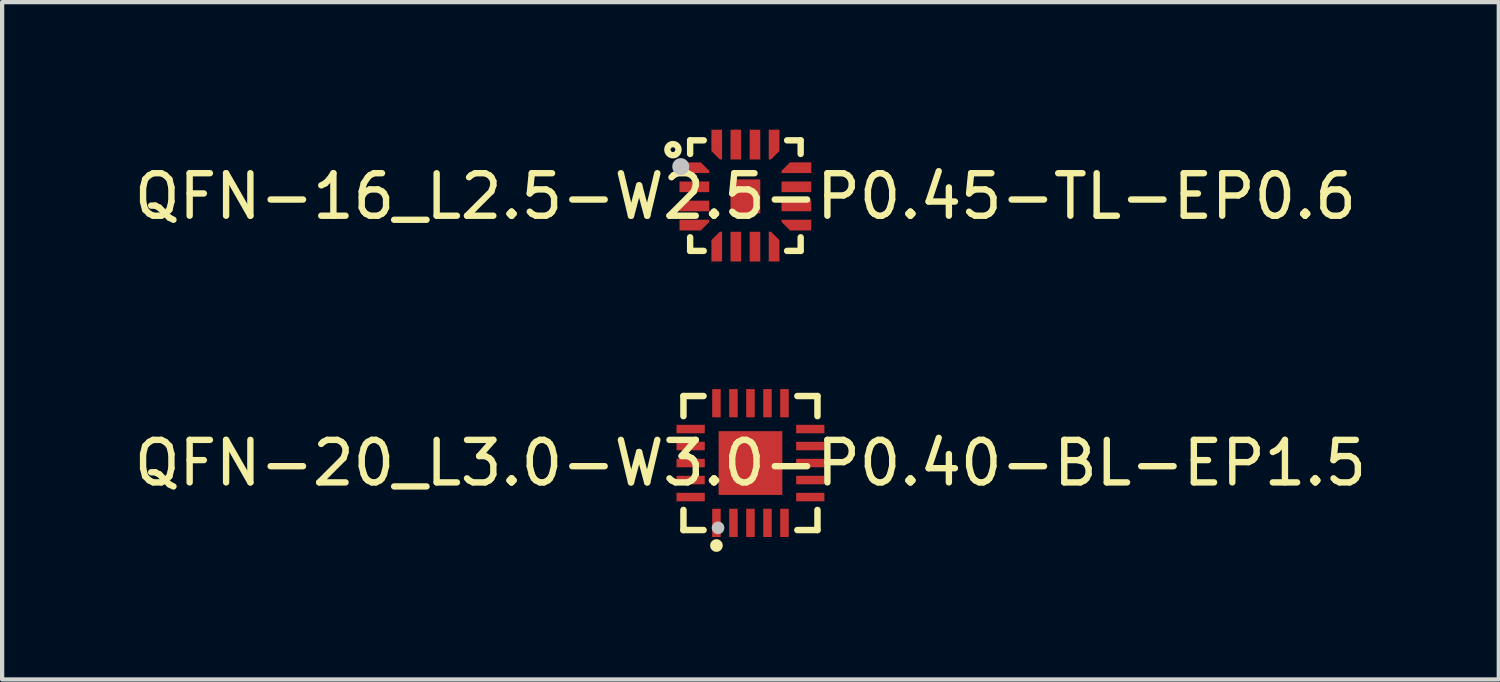
<source format=kicad_pcb>
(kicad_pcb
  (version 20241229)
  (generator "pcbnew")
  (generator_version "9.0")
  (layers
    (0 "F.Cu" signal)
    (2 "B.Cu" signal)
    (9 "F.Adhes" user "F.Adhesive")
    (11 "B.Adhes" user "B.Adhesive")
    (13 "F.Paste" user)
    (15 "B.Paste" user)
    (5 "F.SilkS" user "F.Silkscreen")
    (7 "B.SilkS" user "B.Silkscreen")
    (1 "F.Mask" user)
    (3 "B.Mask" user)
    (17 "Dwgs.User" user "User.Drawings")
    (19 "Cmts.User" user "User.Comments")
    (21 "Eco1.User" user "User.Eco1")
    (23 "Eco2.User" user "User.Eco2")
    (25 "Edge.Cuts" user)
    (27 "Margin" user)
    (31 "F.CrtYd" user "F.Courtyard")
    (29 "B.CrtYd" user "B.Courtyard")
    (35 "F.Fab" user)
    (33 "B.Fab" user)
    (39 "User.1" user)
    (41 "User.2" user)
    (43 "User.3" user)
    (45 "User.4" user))
  (footprint "QFN-20_L3.0-W3.0-P0.40-BL-EP1.5"
    (layer "F.Cu")
    (at 14.601 7.841)
    (property "Reference" "QFN-20_L3.0-W3.0-P0.40-BL-EP1.5" (at 0 0 0) (layer "F.SilkS") (effects (font (size 1 1) (thickness 0.15))))
    (fp_line (start -1.576 -1.576) (end -1.103 -1.576) (stroke (width 0.152) (type default)) (layer "F.SilkS"))
    (fp_line (start -1.576 -1.103) (end -1.576 -1.576) (stroke (width 0.152) (type default)) (layer "F.SilkS"))
    (fp_line (start -1.576 1.103) (end -1.576 1.576) (stroke (width 0.152) (type default)) (layer "F.SilkS"))
    (fp_line (start -1.576 1.576) (end -1.103 1.576) (stroke (width 0.152) (type default)) (layer "F.SilkS"))
    (fp_line (start 1.576 -1.576) (end 1.103 -1.576) (stroke (width 0.152) (type default)) (layer "F.SilkS"))
    (fp_line (start 1.576 -1.103) (end 1.576 -1.576) (stroke (width 0.152) (type default)) (layer "F.SilkS"))
    (fp_line (start 1.576 1.103) (end 1.576 1.576) (stroke (width 0.152) (type default)) (layer "F.SilkS"))
    (fp_line (start 1.576 1.576) (end 1.103 1.576) (stroke (width 0.152) (type default)) (layer "F.SilkS"))
    (fp_circle (center -0.8 1.94) (end -0.725 1.94) (stroke (width 0.15) (type default)) (fill no) (layer "F.SilkS"))
    (fp_circle (center -0.762 1.524) (end -0.687 1.524) (stroke (width 0.15) (type default)) (fill no) (layer "Dwgs.User"))
    (fp_poly (pts (xy -1.1 -0.7) (xy -1.1 -0.9) (xy -1.5 -0.9) (xy -1.5 -0.7)) (stroke (width 0.1) (type default)) (fill no) (layer "User.1"))
    (fp_poly (pts (xy -1.1 -0.3) (xy -1.1 -0.5) (xy -1.5 -0.5) (xy -1.5 -0.3)) (stroke (width 0.1) (type default)) (fill no) (layer "User.1"))
    (fp_poly (pts (xy -1.1 0.1) (xy -1.1 -0.1) (xy -1.5 -0.1) (xy -1.5 0.1)) (stroke (width 0.1) (type default)) (fill no) (layer "User.1"))
    (fp_poly (pts (xy -1.1 0.5) (xy -1.1 0.3) (xy -1.5 0.3) (xy -1.5 0.5)) (stroke (width 0.1) (type default)) (fill no) (layer "User.1"))
    (fp_poly (pts (xy -1.1 0.9) (xy -1.1 0.7) (xy -1.5 0.7) (xy -1.5 0.9)) (stroke (width 0.1) (type default)) (fill no) (layer "User.1"))
    (fp_poly (pts (xy -0.9 -1.5) (xy -0.9 -1.1) (xy -0.7 -1.1) (xy -0.7 -1.5)) (stroke (width 0.1) (type default)) (fill no) (layer "User.1"))
    (fp_poly (pts (xy -0.9 1.5) (xy -0.9 1.1) (xy -0.7 1.1) (xy -0.7 1.5)) (stroke (width 0.1) (type default)) (fill no) (layer "User.1"))
    (fp_poly (pts (xy -0.5 -1.5) (xy -0.5 -1.1) (xy -0.3 -1.1) (xy -0.3 -1.5)) (stroke (width 0.1) (type default)) (fill no) (layer "User.1"))
    (fp_poly (pts (xy -0.5 1.5) (xy -0.5 1.1) (xy -0.3 1.1) (xy -0.3 1.5)) (stroke (width 0.1) (type default)) (fill no) (layer "User.1"))
    (fp_poly (pts (xy -0.1 -1.5) (xy -0.1 -1.1) (xy 0.1 -1.1) (xy 0.1 -1.5)) (stroke (width 0.1) (type default)) (fill no) (layer "User.1"))
    (fp_poly (pts (xy -0.1 1.5) (xy -0.1 1.1) (xy 0.1 1.1) (xy 0.1 1.5)) (stroke (width 0.1) (type default)) (fill no) (layer "User.1"))
    (fp_poly (pts (xy 0.3 -1.5) (xy 0.3 -1.1) (xy 0.5 -1.1) (xy 0.5 -1.5)) (stroke (width 0.1) (type default)) (fill no) (layer "User.1"))
    (fp_poly (pts (xy 0.3 1.5) (xy 0.3 1.1) (xy 0.5 1.1) (xy 0.5 1.5)) (stroke (width 0.1) (type default)) (fill no) (layer "User.1"))
    (fp_poly (pts (xy 0.7 -1.5) (xy 0.7 -1.1) (xy 0.9 -1.1) (xy 0.9 -1.5)) (stroke (width 0.1) (type default)) (fill no) (layer "User.1"))
    (fp_poly (pts (xy 0.7 1.5) (xy 0.7 1.1) (xy 0.9 1.1) (xy 0.9 1.5)) (stroke (width 0.1) (type default)) (fill no) (layer "User.1"))
    (fp_poly (pts (xy 1.1 -0.7) (xy 1.1 -0.9) (xy 1.5 -0.9) (xy 1.5 -0.7)) (stroke (width 0.1) (type default)) (fill no) (layer "User.1"))
    (fp_poly (pts (xy 1.1 -0.3) (xy 1.1 -0.5) (xy 1.5 -0.5) (xy 1.5 -0.3)) (stroke (width 0.1) (type default)) (fill no) (layer "User.1"))
    (fp_poly (pts (xy 1.1 0.1) (xy 1.1 -0.1) (xy 1.5 -0.1) (xy 1.5 0.1)) (stroke (width 0.1) (type default)) (fill no) (layer "User.1"))
    (fp_poly (pts (xy 1.1 0.5) (xy 1.1 0.3) (xy 1.5 0.3) (xy 1.5 0.5)) (stroke (width 0.1) (type default)) (fill no) (layer "User.1"))
    (fp_poly (pts (xy 1.1 0.9) (xy 1.1 0.7) (xy 1.5 0.7) (xy 1.5 0.9)) (stroke (width 0.1) (type default)) (fill no) (layer "User.1"))
    (fp_poly (pts (xy -0.75 0.6) (xy -0.75 -0.75) (xy 0.75 -0.75) (xy 0.75 0.75) (xy -0.6 0.75)) (stroke (width 0.1) (type default)) (fill no) (layer "User.1"))
    (fp_line (start -1.5 -1.5) (end 1.5 -1.5) (stroke (width 0.051) (type default)) (layer "User.2"))
    (fp_line (start -1.5 1.5) (end -1.5 -1.5) (stroke (width 0.051) (type default)) (layer "User.2"))
    (fp_line (start 1.5 -1.5) (end 1.5 1.5) (stroke (width 0.051) (type default)) (layer "User.2"))
    (fp_line (start 1.5 1.5) (end -1.5 1.5) (stroke (width 0.051) (type default)) (layer "User.2"))
    (fp_poly (pts (xy -1.44 1.5) (xy -1.458 1.458) (xy -1.5 1.44) (xy -1.542 1.458) (xy -1.56 1.5) (xy -1.542 1.542) (xy -1.5 1.56) (xy -1.458 1.542)) (stroke (width 0.1) (type default)) (fill no) (layer "User.3"))
    (pad "1" smd rect (at -0.8 1.407) (size 0.2 0.665) (layers "F.Cu" "F.Mask" "F.Paste"))
    (pad "2" smd rect (at -0.4 1.407) (size 0.2 0.665) (layers "F.Cu" "F.Mask" "F.Paste"))
    (pad "3" smd rect (at 0 1.407) (size 0.2 0.665) (layers "F.Cu" "F.Mask" "F.Paste"))
    (pad "4" smd rect (at 0.4 1.407) (size 0.2 0.665) (layers "F.Cu" "F.Mask" "F.Paste"))
    (pad "5" smd rect (at 0.8 1.407) (size 0.2 0.665) (layers "F.Cu" "F.Mask" "F.Paste"))
    (pad "6" smd rect (at 1.407 0.8) (size 0.665 0.2) (layers "F.Cu" "F.Mask" "F.Paste"))
    (pad "7" smd rect (at 1.407 0.4) (size 0.665 0.2) (layers "F.Cu" "F.Mask" "F.Paste"))
    (pad "8" smd rect (at 1.407 0) (size 0.665 0.2) (layers "F.Cu" "F.Mask" "F.Paste"))
    (pad "9" smd rect (at 1.407 -0.4) (size 0.665 0.2) (layers "F.Cu" "F.Mask" "F.Paste"))
    (pad "10" smd rect (at 1.407 -0.8) (size 0.665 0.2) (layers "F.Cu" "F.Mask" "F.Paste"))
    (pad "11" smd rect (at 0.8 -1.407) (size 0.2 0.665) (layers "F.Cu" "F.Mask" "F.Paste"))
    (pad "12" smd rect (at 0.4 -1.407) (size 0.2 0.665) (layers "F.Cu" "F.Mask" "F.Paste"))
    (pad "13" smd rect (at 0 -1.407) (size 0.2 0.665) (layers "F.Cu" "F.Mask" "F.Paste"))
    (pad "14" smd rect (at -0.4 -1.407) (size 0.2 0.665) (layers "F.Cu" "F.Mask" "F.Paste"))
    (pad "15" smd rect (at -0.8 -1.407) (size 0.2 0.665) (layers "F.Cu" "F.Mask" "F.Paste"))
    (pad "16" smd rect (at -1.407 -0.8) (size 0.665 0.2) (layers "F.Cu" "F.Mask" "F.Paste"))
    (pad "17" smd rect (at -1.407 -0.4) (size 0.665 0.2) (layers "F.Cu" "F.Mask" "F.Paste"))
    (pad "18" smd rect (at -1.407 0) (size 0.665 0.2) (layers "F.Cu" "F.Mask" "F.Paste"))
    (pad "19" smd rect (at -1.407 0.4) (size 0.665 0.2) (layers "F.Cu" "F.Mask" "F.Paste"))
    (pad "20" smd rect (at -1.407 0.8) (size 0.665 0.2) (layers "F.Cu" "F.Mask" "F.Paste"))
    (pad "21" smd rect (at 0 0) (size 1.5 1.5) (layers "F.Cu" "F.Mask" "F.Paste")))
  (footprint "QFN-16_L2.5-W2.5-P0.45-TL-EP0.6"
    (layer "F.Cu")
    (at 14.482 1.569)
    (property "Reference" "QFN-16_L2.5-W2.5-P0.45-TL-EP0.6" (at 0 0 0) (layer "F.SilkS") (effects (font (size 1 1) (thickness 0.15))))
    (fp_line (start -1.3 -1.318) (end -0.979 -1.318) (stroke (width 0.15) (type default)) (layer "F.SilkS"))
    (fp_line (start -1.3 -0.998) (end -1.3 -1.318) (stroke (width 0.15) (type default)) (layer "F.SilkS"))
    (fp_line (start -1.3 1.282) (end -1.3 0.962) (stroke (width 0.15) (type default)) (layer "F.SilkS"))
    (fp_line (start -0.98 1.282) (end -1.3 1.282) (stroke (width 0.15) (type default)) (layer "F.SilkS"))
    (fp_line (start 0.981 -1.318) (end 1.3 -1.318) (stroke (width 0.15) (type default)) (layer "F.SilkS"))
    (fp_line (start 1.3 -1.318) (end 1.3 -0.998) (stroke (width 0.15) (type default)) (layer "F.SilkS"))
    (fp_line (start 1.3 0.962) (end 1.3 1.282) (stroke (width 0.15) (type default)) (layer "F.SilkS"))
    (fp_line (start 1.3 1.282) (end 0.98 1.282) (stroke (width 0.15) (type default)) (layer "F.SilkS"))
    (fp_circle (center -1.704 -1.099) (end -1.573 -1.099) (stroke (width 0.15) (type default)) (fill no) (layer "F.SilkS"))
    (fp_circle (center -1.52 -0.7) (end -1.42 -0.7) (stroke (width 0.2) (type default)) (fill no) (layer "Dwgs.User"))
    (fp_poly (pts (xy -0.85 -0.34) (xy -0.85 -0.11) (xy -1.25 -0.11) (xy -1.25 -0.34)) (stroke (width 0.1) (type default)) (fill no) (layer "User.1"))
    (fp_poly (pts (xy -0.85 0.11) (xy -0.85 0.34) (xy -1.25 0.34) (xy -1.25 0.11)) (stroke (width 0.1) (type default)) (fill no) (layer "User.1"))
    (fp_poly (pts (xy -0.35 0.4) (xy -0.35 -0.4) (xy 0.35 -0.4) (xy 0.35 0.4)) (stroke (width 0.1) (type default)) (fill no) (layer "User.1"))
    (fp_poly (pts (xy -0.34 -1.268) (xy -0.11 -1.268) (xy -0.11 -0.868) (xy -0.34 -0.868)) (stroke (width 0.1) (type default)) (fill no) (layer "User.1"))
    (fp_poly (pts (xy -0.11 1.232) (xy -0.34 1.232) (xy -0.34 0.832) (xy -0.11 0.832)) (stroke (width 0.1) (type default)) (fill no) (layer "User.1"))
    (fp_poly (pts (xy 0.11 -1.268) (xy 0.34 -1.268) (xy 0.34 -0.868) (xy 0.11 -0.868)) (stroke (width 0.1) (type default)) (fill no) (layer "User.1"))
    (fp_poly (pts (xy 0.34 1.232) (xy 0.11 1.232) (xy 0.11 0.832) (xy 0.34 0.832)) (stroke (width 0.1) (type default)) (fill no) (layer "User.1"))
    (fp_poly (pts (xy 0.85 -0.11) (xy 0.85 -0.34) (xy 1.25 -0.34) (xy 1.25 -0.11)) (stroke (width 0.1) (type default)) (fill no) (layer "User.1"))
    (fp_poly (pts (xy 0.85 0.34) (xy 0.85 0.11) (xy 1.25 0.11) (xy 1.25 0.34)) (stroke (width 0.1) (type default)) (fill no) (layer "User.1"))
    (fp_poly (pts (xy -1.25 -0.789) (xy -1.038 -0.789) (xy -0.85 -0.603) (xy -0.85 -0.557) (xy -1.25 -0.557) (xy -1.25 -0.611)) (stroke (width 0.1) (type default)) (fill no) (layer "User.1"))
    (fp_poly (pts (xy -1.25 0.792) (xy -1.037 0.792) (xy -0.85 0.606) (xy -0.85 0.56) (xy -1.249 0.56) (xy -1.249 0.614)) (stroke (width 0.1) (type default)) (fill no) (layer "User.1"))
    (fp_poly (pts (xy -0.791 -1.268) (xy -0.791 -1.056) (xy -0.605 -0.869) (xy -0.559 -0.869) (xy -0.56 -1.268) (xy -0.613 -1.268)) (stroke (width 0.1) (type default)) (fill no) (layer "User.1"))
    (fp_poly (pts (xy -0.789 1.232) (xy -0.789 1.019) (xy -0.603 0.832) (xy -0.557 0.832) (xy -0.557 1.231) (xy -0.611 1.231)) (stroke (width 0.1) (type default)) (fill no) (layer "User.1"))
    (fp_poly (pts (xy 0.79 -1.268) (xy 0.79 -1.056) (xy 0.604 -0.868) (xy 0.558 -0.868) (xy 0.558 -1.268) (xy 0.612 -1.268)) (stroke (width 0.1) (type default)) (fill no) (layer "User.1"))
    (fp_poly (pts (xy 0.793 1.232) (xy 0.793 1.019) (xy 0.606 0.832) (xy 0.56 0.832) (xy 0.561 1.231) (xy 0.614 1.231)) (stroke (width 0.1) (type default)) (fill no) (layer "User.1"))
    (fp_poly (pts (xy 1.25 -0.793) (xy 1.037 -0.793) (xy 0.85 -0.606) (xy 0.85 -0.56) (xy 1.25 -0.561) (xy 1.25 -0.615)) (stroke (width 0.1) (type default)) (fill no) (layer "User.1"))
    (fp_poly (pts (xy 1.25 0.789) (xy 1.037 0.789) (xy 0.85 0.603) (xy 0.85 0.557) (xy 1.25 0.557) (xy 1.25 0.611)) (stroke (width 0.1) (type default)) (fill no) (layer "User.1"))
    (fp_line (start -1.25 -1.268) (end 1.25 -1.268) (stroke (width 0.051) (type default)) (layer "User.2"))
    (fp_line (start -1.25 1.232) (end -1.25 -1.268) (stroke (width 0.051) (type default)) (layer "User.2"))
    (fp_line (start 1.25 -1.268) (end 1.25 1.232) (stroke (width 0.051) (type default)) (layer "User.2"))
    (fp_line (start 1.25 1.232) (end -1.25 1.232) (stroke (width 0.051) (type default)) (layer "User.2"))
    (fp_poly (pts (xy -1.19 -1.268) (xy -1.208 -1.31) (xy -1.25 -1.328) (xy -1.292 -1.31) (xy -1.31 -1.268) (xy -1.292 -1.226) (xy -1.25 -1.208) (xy -1.208 -1.226)) (stroke (width 0.1) (type default)) (fill no) (layer "User.3"))
    (pad "1" smd custom (at -1.2 -0.674) (size 0.000001 0.000001) (layers "F.Cu" "F.Mask" "F.Paste") (options (anchor circle)) (primitives (gr_poly (pts (xy 0.35 0.072) (xy 0.151 -0.126) (xy -0.35 -0.126) (xy -0.35 0.125) (xy -0.35 0.126) (xy 0.35 0.126)) (width 0) (fill yes))))
    (pad "2" smd rect (at -1.2 -0.225 90) (size 0.25 0.7) (layers "F.Cu" "F.Mask" "F.Paste"))
    (pad "3" smd rect (at -1.2 0.225 90) (size 0.25 0.7) (layers "F.Cu" "F.Mask" "F.Paste"))
    (pad "4" smd custom (at -1.2 0.675) (size 0.000001 0.000001) (layers "F.Cu" "F.Mask" "F.Paste") (options (anchor circle)) (primitives (gr_poly (pts (xy -0.35 0.126) (xy 0.152 0.126) (xy 0.35 -0.073) (xy 0.35 -0.126) (xy -0.349 -0.126) (xy -0.349 -0.126)) (width 0) (fill yes))))
    (pad "5" smd custom (at -0.674 1.218) (size 0.000001 0.000001) (layers "F.Cu" "F.Mask" "F.Paste") (options (anchor circle)) (primitives (gr_poly (pts (xy -0.126 0.314) (xy -0.126 -0.189) (xy 0.072 -0.387) (xy 0.126 -0.387) (xy 0.126 0.313) (xy 0.125 0.313)) (width 0) (fill yes))))
    (pad "6" smd rect (at -0.225 1.182 180) (size 0.25 0.7) (layers "F.Cu" "F.Mask" "F.Paste"))
    (pad "7" smd rect (at 0.225 1.182 180) (size 0.25 0.7) (layers "F.Cu" "F.Mask" "F.Paste"))
    (pad "8" smd custom (at 0.675 1.218) (size 0.000001 0.000001) (layers "F.Cu" "F.Mask" "F.Paste") (options (anchor circle)) (primitives (gr_poly (pts (xy 0.126 0.314) (xy 0.126 -0.189) (xy -0.072 -0.387) (xy -0.126 -0.387) (xy -0.126 0.313) (xy -0.125 0.313)) (width 0) (fill yes))))
    (pad "9" smd custom (at 1.2 0.675) (size 0.000001 0.000001) (layers "F.Cu" "F.Mask" "F.Paste") (options (anchor circle)) (primitives (gr_poly (pts (xy 0.35 0.126) (xy -0.151 0.126) (xy -0.35 -0.073) (xy -0.35 -0.126) (xy 0.35 -0.126) (xy 0.35 -0.126)) (width 0) (fill yes))))
    (pad "10" smd rect (at 1.2 0.225 270) (size 0.25 0.7) (layers "F.Cu" "F.Mask" "F.Paste"))
    (pad "11" smd rect (at 1.2 -0.225 270) (size 0.25 0.7) (layers "F.Cu" "F.Mask" "F.Paste"))
    (pad "12" smd custom (at 1.2 -0.675) (size 0.000001 0.000001) (layers "F.Cu" "F.Mask" "F.Paste") (options (anchor circle)) (primitives (gr_poly (pts (xy 0.35 -0.126) (xy -0.151 -0.126) (xy -0.35 0.073) (xy -0.35 0.126) (xy 0.35 0.126) (xy 0.35 0.126)) (width 0) (fill yes))))
    (pad "13" smd custom (at 0.675 -1.218) (size 0.000001 0.000001) (layers "F.Cu" "F.Mask" "F.Paste") (options (anchor circle)) (primitives (gr_poly (pts (xy 0.126 0.151) (xy 0.126 -0.35) (xy -0.125 -0.35) (xy -0.126 -0.35) (xy -0.126 0.35) (xy -0.072 0.35)) (width 0) (fill yes))))
    (pad "14" smd rect (at 0.225 -1.218) (size 0.25 0.7) (layers "F.Cu" "F.Mask" "F.Paste"))
    (pad "15" smd rect (at -0.225 -1.218) (size 0.25 0.7) (layers "F.Cu" "F.Mask" "F.Paste"))
    (pad "16" smd custom (at -0.674 -1.218) (size 0.000001 0.000001) (layers "F.Cu" "F.Mask" "F.Paste") (options (anchor circle)) (primitives (gr_poly (pts (xy 0.126 -0.349) (xy -0.126 -0.35) (xy -0.126 0.152) (xy 0.073 0.35) (xy 0.126 0.35)) (width 0) (fill yes))))
    (pad "17" smd rect (at 0 0 90) (size 0.8 0.7) (layers "F.Cu" "F.Mask" "F.Paste")))
  (gr_rect
    (start -3 -3)
    (end 32.202 12.931)
    (stroke (width 0.1) (type default))
    (fill no)
    (layer "Edge.Cuts")))
</source>
